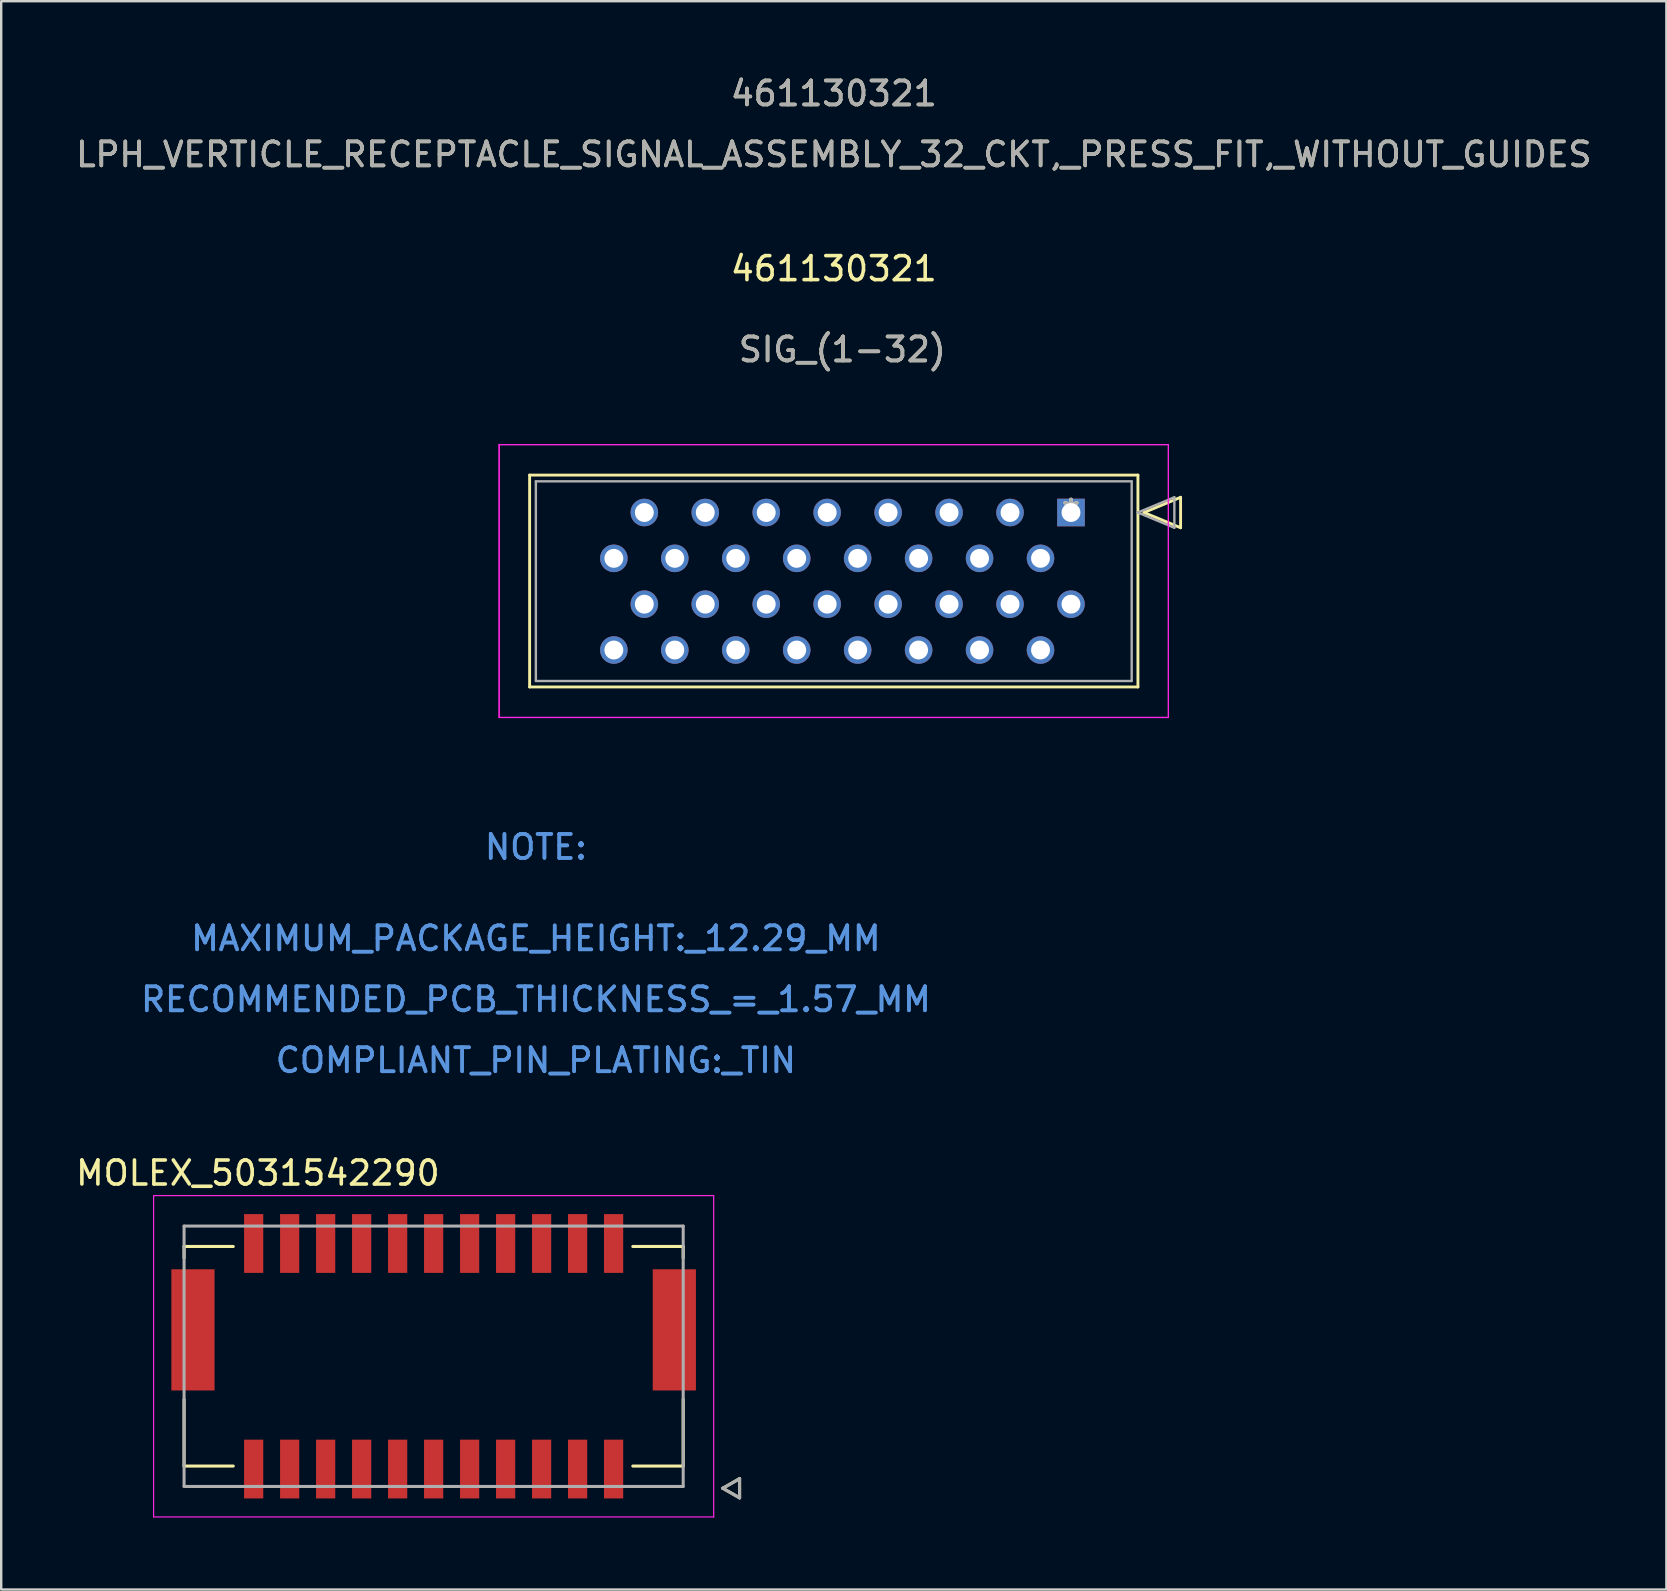
<source format=kicad_pcb>
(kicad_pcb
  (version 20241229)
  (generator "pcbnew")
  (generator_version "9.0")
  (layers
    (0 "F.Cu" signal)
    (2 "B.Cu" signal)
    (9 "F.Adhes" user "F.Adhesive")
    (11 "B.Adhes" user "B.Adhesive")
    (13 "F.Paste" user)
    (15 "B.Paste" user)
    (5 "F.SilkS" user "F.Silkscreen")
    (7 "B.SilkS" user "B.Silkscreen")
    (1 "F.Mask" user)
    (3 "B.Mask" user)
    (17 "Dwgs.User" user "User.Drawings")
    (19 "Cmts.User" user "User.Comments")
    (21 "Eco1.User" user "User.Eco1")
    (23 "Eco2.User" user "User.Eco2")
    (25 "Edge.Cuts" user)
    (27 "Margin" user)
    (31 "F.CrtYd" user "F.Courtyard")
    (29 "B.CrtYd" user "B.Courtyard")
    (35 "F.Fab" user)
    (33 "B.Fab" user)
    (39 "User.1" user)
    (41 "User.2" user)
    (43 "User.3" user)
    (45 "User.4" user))
  (footprint "MOLEX_5031542290"
    (layer "F.Cu")
    (at 15.021 53.47)
    (property "Reference" "MOLEX_5031542290" (at -7.325 -7.635 0) (layer "F.SilkS") (effects (font (size 1 1) (thickness 0.15))))
    (attr smd)
    (fp_poly (pts (xy -11.006 -3.701) (xy -9.054 -3.701) (xy -9.054 1.501) (xy -11.006 1.501)) (stroke (width 0.01) (type solid)) (fill yes) (layer "F.Mask"))
    (fp_poly (pts (xy -7.976 -6.001) (xy -7.024 -6.001) (xy -7.024 -3.399) (xy -7.976 -3.399)) (stroke (width 0.01) (type solid)) (fill yes) (layer "F.Mask"))
    (fp_poly (pts (xy -7.976 3.399) (xy -7.024 3.399) (xy -7.024 6.001) (xy -7.976 6.001)) (stroke (width 0.01) (type solid)) (fill yes) (layer "F.Mask"))
    (fp_poly (pts (xy -6.476 -6.001) (xy -5.524 -6.001) (xy -5.524 -3.399) (xy -6.476 -3.399)) (stroke (width 0.01) (type solid)) (fill yes) (layer "F.Mask"))
    (fp_poly (pts (xy -6.476 3.399) (xy -5.524 3.399) (xy -5.524 6.001) (xy -6.476 6.001)) (stroke (width 0.01) (type solid)) (fill yes) (layer "F.Mask"))
    (fp_poly (pts (xy -4.976 -6.001) (xy -4.024 -6.001) (xy -4.024 -3.399) (xy -4.976 -3.399)) (stroke (width 0.01) (type solid)) (fill yes) (layer "F.Mask"))
    (fp_poly (pts (xy -4.976 3.399) (xy -4.024 3.399) (xy -4.024 6.001) (xy -4.976 6.001)) (stroke (width 0.01) (type solid)) (fill yes) (layer "F.Mask"))
    (fp_poly (pts (xy -3.476 -6.001) (xy -2.524 -6.001) (xy -2.524 -3.399) (xy -3.476 -3.399)) (stroke (width 0.01) (type solid)) (fill yes) (layer "F.Mask"))
    (fp_poly (pts (xy -3.476 3.399) (xy -2.524 3.399) (xy -2.524 6.001) (xy -3.476 6.001)) (stroke (width 0.01) (type solid)) (fill yes) (layer "F.Mask"))
    (fp_poly (pts (xy -1.976 -6.001) (xy -1.024 -6.001) (xy -1.024 -3.399) (xy -1.976 -3.399)) (stroke (width 0.01) (type solid)) (fill yes) (layer "F.Mask"))
    (fp_poly (pts (xy -1.976 3.399) (xy -1.024 3.399) (xy -1.024 6.001) (xy -1.976 6.001)) (stroke (width 0.01) (type solid)) (fill yes) (layer "F.Mask"))
    (fp_poly (pts (xy -0.476 -6.001) (xy 0.476 -6.001) (xy 0.476 -3.399) (xy -0.476 -3.399)) (stroke (width 0.01) (type solid)) (fill yes) (layer "F.Mask"))
    (fp_poly (pts (xy -0.476 3.399) (xy 0.476 3.399) (xy 0.476 6.001) (xy -0.476 6.001)) (stroke (width 0.01) (type solid)) (fill yes) (layer "F.Mask"))
    (fp_poly (pts (xy 1.024 -6.001) (xy 1.976 -6.001) (xy 1.976 -3.399) (xy 1.024 -3.399)) (stroke (width 0.01) (type solid)) (fill yes) (layer "F.Mask"))
    (fp_poly (pts (xy 1.024 3.399) (xy 1.976 3.399) (xy 1.976 6.001) (xy 1.024 6.001)) (stroke (width 0.01) (type solid)) (fill yes) (layer "F.Mask"))
    (fp_poly (pts (xy 2.524 -6.001) (xy 3.476 -6.001) (xy 3.476 -3.399) (xy 2.524 -3.399)) (stroke (width 0.01) (type solid)) (fill yes) (layer "F.Mask"))
    (fp_poly (pts (xy 2.524 3.399) (xy 3.476 3.399) (xy 3.476 6.001) (xy 2.524 6.001)) (stroke (width 0.01) (type solid)) (fill yes) (layer "F.Mask"))
    (fp_poly (pts (xy 4.024 -6.001) (xy 4.976 -6.001) (xy 4.976 -3.399) (xy 4.024 -3.399)) (stroke (width 0.01) (type solid)) (fill yes) (layer "F.Mask"))
    (fp_poly (pts (xy 4.024 3.399) (xy 4.976 3.399) (xy 4.976 6.001) (xy 4.024 6.001)) (stroke (width 0.01) (type solid)) (fill yes) (layer "F.Mask"))
    (fp_poly (pts (xy 5.524 -6.001) (xy 6.476 -6.001) (xy 6.476 -3.399) (xy 5.524 -3.399)) (stroke (width 0.01) (type solid)) (fill yes) (layer "F.Mask"))
    (fp_poly (pts (xy 5.524 3.399) (xy 6.476 3.399) (xy 6.476 6.001) (xy 5.524 6.001)) (stroke (width 0.01) (type solid)) (fill yes) (layer "F.Mask"))
    (fp_poly (pts (xy 7.024 -6.001) (xy 7.976 -6.001) (xy 7.976 -3.399) (xy 7.024 -3.399)) (stroke (width 0.01) (type solid)) (fill yes) (layer "F.Mask"))
    (fp_poly (pts (xy 7.024 3.399) (xy 7.976 3.399) (xy 7.976 6.001) (xy 7.024 6.001)) (stroke (width 0.01) (type solid)) (fill yes) (layer "F.Mask"))
    (fp_poly (pts (xy 9.054 -3.701) (xy 11.006 -3.701) (xy 11.006 1.501) (xy 9.054 1.501)) (stroke (width 0.01) (type solid)) (fill yes) (layer "F.Mask"))
    (fp_line (start -10.4 -4.575) (end -10.4 -4.09) (stroke (width 0.127) (type solid)) (layer "F.SilkS"))
    (fp_line (start -10.4 4.575) (end -10.4 1.8) (stroke (width 0.127) (type solid)) (layer "F.SilkS"))
    (fp_line (start -8.35 -4.575) (end -10.4 -4.575) (stroke (width 0.127) (type solid)) (layer "F.SilkS"))
    (fp_line (start -8.35 4.575) (end -10.4 4.575) (stroke (width 0.127) (type solid)) (layer "F.SilkS"))
    (fp_line (start 10.4 -4.575) (end 8.3 -4.575) (stroke (width 0.127) (type solid)) (layer "F.SilkS"))
    (fp_line (start 10.4 -4.09) (end 10.4 -4.575) (stroke (width 0.127) (type solid)) (layer "F.SilkS"))
    (fp_line (start 10.4 1.8) (end 10.4 4.575) (stroke (width 0.127) (type solid)) (layer "F.SilkS"))
    (fp_line (start 10.4 4.575) (end 8.3 4.575) (stroke (width 0.127) (type solid)) (layer "F.SilkS"))
    (fp_line (start 12.05 5.5) (end 12.75 5.9) (stroke (width 0.127) (type solid)) (layer "F.SilkS"))
    (fp_line (start 12.75 5.1) (end 12.05 5.5) (stroke (width 0.127) (type solid)) (layer "F.SilkS"))
    (fp_line (start 12.75 5.9) (end 12.75 5.1) (stroke (width 0.127) (type solid)) (layer "F.SilkS"))
    (fp_line (start -11.67 -6.695) (end 11.67 -6.695) (stroke (width 0.05) (type solid)) (layer "F.CrtYd"))
    (fp_line (start -11.67 6.695) (end -11.67 -6.695) (stroke (width 0.05) (type solid)) (layer "F.CrtYd"))
    (fp_line (start -11.67 6.695) (end 11.67 6.695) (stroke (width 0.05) (type solid)) (layer "F.CrtYd"))
    (fp_line (start 11.67 -6.695) (end 11.67 6.695) (stroke (width 0.05) (type solid)) (layer "F.CrtYd"))
    (fp_line (start -10.4 -5.425) (end 10.4 -5.425) (stroke (width 0.127) (type solid)) (layer "F.Fab"))
    (fp_line (start -10.4 5.425) (end -10.4 -5.425) (stroke (width 0.127) (type solid)) (layer "F.Fab"))
    (fp_line (start 10.4 -5.425) (end 10.4 5.425) (stroke (width 0.127) (type solid)) (layer "F.Fab"))
    (fp_line (start 10.4 5.425) (end -10.4 5.425) (stroke (width 0.127) (type solid)) (layer "F.Fab"))
    (fp_line (start 12.05 5.5) (end 12.75 5.9) (stroke (width 0.127) (type solid)) (layer "F.Fab"))
    (fp_line (start 12.75 5.1) (end 12.05 5.5) (stroke (width 0.127) (type solid)) (layer "F.Fab"))
    (fp_line (start 12.75 5.9) (end 12.75 5.1) (stroke (width 0.127) (type solid)) (layer "F.Fab"))
    (pad "1" smd rect (at 7.5 4.7) (size 0.8 2.45) (layers "F.Cu" "F.Paste"))
    (pad "2" smd rect (at 7.5 -4.7) (size 0.8 2.45) (layers "F.Cu" "F.Paste"))
    (pad "3" smd rect (at 6 4.7) (size 0.8 2.45) (layers "F.Cu" "F.Paste"))
    (pad "4" smd rect (at 6 -4.7) (size 0.8 2.45) (layers "F.Cu" "F.Paste"))
    (pad "5" smd rect (at 4.5 4.7) (size 0.8 2.45) (layers "F.Cu" "F.Paste"))
    (pad "6" smd rect (at 4.5 -4.7) (size 0.8 2.45) (layers "F.Cu" "F.Paste"))
    (pad "7" smd rect (at 3 4.7) (size 0.8 2.45) (layers "F.Cu" "F.Paste"))
    (pad "8" smd rect (at 3 -4.7) (size 0.8 2.45) (layers "F.Cu" "F.Paste"))
    (pad "9" smd rect (at 1.5 4.7) (size 0.8 2.45) (layers "F.Cu" "F.Paste"))
    (pad "10" smd rect (at 1.5 -4.7) (size 0.8 2.45) (layers "F.Cu" "F.Paste"))
    (pad "11" smd rect (at 0 4.7) (size 0.8 2.45) (layers "F.Cu" "F.Paste"))
    (pad "12" smd rect (at 0 -4.7) (size 0.8 2.45) (layers "F.Cu" "F.Paste"))
    (pad "13" smd rect (at -1.5 4.7) (size 0.8 2.45) (layers "F.Cu" "F.Paste"))
    (pad "14" smd rect (at -1.5 -4.7) (size 0.8 2.45) (layers "F.Cu" "F.Paste"))
    (pad "15" smd rect (at -3 4.7) (size 0.8 2.45) (layers "F.Cu" "F.Paste"))
    (pad "16" smd rect (at -3 -4.7) (size 0.8 2.45) (layers "F.Cu" "F.Paste"))
    (pad "17" smd rect (at -4.5 4.7) (size 0.8 2.45) (layers "F.Cu" "F.Paste"))
    (pad "18" smd rect (at -4.5 -4.7) (size 0.8 2.45) (layers "F.Cu" "F.Paste"))
    (pad "19" smd rect (at -6 4.7) (size 0.8 2.45) (layers "F.Cu" "F.Paste"))
    (pad "20" smd rect (at -6 -4.7) (size 0.8 2.45) (layers "F.Cu" "F.Paste"))
    (pad "21" smd rect (at -7.5 4.7) (size 0.8 2.45) (layers "F.Cu" "F.Paste"))
    (pad "22" smd rect (at -7.5 -4.7) (size 0.8 2.45) (layers "F.Cu" "F.Paste"))
    (pad "S1" smd rect (at -10.03 -1.1) (size 1.8 5.05) (layers "F.Cu" "F.Paste"))
    (pad "S2" smd rect (at 10.03 -1.1) (size 1.8 5.05) (layers "F.Cu" "F.Paste"))
    (zone (net_name "") (layer "F.Cu") (hatch full 0.508) (connect_pads) (min_thickness 0.01) (filled_areas_thickness no) (keepout (tracks not_allowed) (vias not_allowed) (pads not_allowed) (copperpour not_allowed) (footprints allowed)) (placement (enabled no)) (fill) (polygon (pts (xy 4.071 56.135) (xy 4.071 58.735) (xy 6.671 58.735) (xy 6.671 56.945) (xy 23.371 56.945) (xy 23.371 58.735) (xy 25.971 58.735) (xy 25.971 56.135) (xy 24.151 56.135) (xy 24.151 49.845) (xy 25.021 49.845) (xy 25.021 48.245) (xy 22.921 48.245) (xy 22.921 49.995) (xy 7.121 49.995) (xy 7.121 48.245) (xy 5.021 48.245) (xy 5.021 49.845) (xy 5.891 49.845) (xy 5.891 56.135))))
    (zone (net_name "") (layers "F.Cu" "B.Cu") (hatch full 0.508) (connect_pads) (min_thickness 0.01) (filled_areas_thickness no) (keepout (tracks allowed) (vias not_allowed) (pads allowed) (copperpour allowed) (footprints allowed)) (placement (enabled no)) (fill) (polygon (pts (xy 4.071 56.135) (xy 4.071 58.735) (xy 6.671 58.735) (xy 6.671 56.945) (xy 23.371 56.945) (xy 23.371 58.735) (xy 25.971 58.735) (xy 25.971 56.135) (xy 24.151 56.135) (xy 24.151 49.845) (xy 25.021 49.845) (xy 25.021 48.245) (xy 22.921 48.245) (xy 22.921 49.995) (xy 7.121 49.995) (xy 7.121 48.245) (xy 5.021 48.245) (xy 5.021 49.845) (xy 5.891 49.845) (xy 5.891 56.135)))))
  (footprint "461130321"
    (layer "F.Cu")
    (at 41.581 18.308)
    (property "Reference" "461130321" (at -9.885 -10.16 0) (layer "F.SilkS") (effects (font (size 1 1) (thickness 0.15))))
    (attr through_hole)
    (fp_line (start -22.56 -1.56) (end -22.56 7.27) (stroke (width 0.12) (type solid)) (layer "F.SilkS"))
    (fp_line (start -22.56 7.27) (end 2.79 7.27) (stroke (width 0.12) (type solid)) (layer "F.SilkS"))
    (fp_line (start 2.79 -1.56) (end -22.56 -1.56) (stroke (width 0.12) (type solid)) (layer "F.SilkS"))
    (fp_line (start 2.79 7.27) (end 2.79 -1.56) (stroke (width 0.12) (type solid)) (layer "F.SilkS"))
    (fp_line (start 3.044 0) (end 4.568 -0.635) (stroke (width 0.12) (type solid)) (layer "F.SilkS"))
    (fp_line (start 4.568 -0.635) (end 4.568 0.635) (stroke (width 0.12) (type solid)) (layer "F.SilkS"))
    (fp_line (start 4.568 0.635) (end 3.044 0) (stroke (width 0.12) (type solid)) (layer "F.SilkS"))
    (fp_line (start -23.83 -2.83) (end -23.83 8.54) (stroke (width 0.05) (type solid)) (layer "F.CrtYd"))
    (fp_line (start -23.83 -2.83) (end -23.83 8.54) (stroke (width 0.05) (type solid)) (layer "F.CrtYd"))
    (fp_line (start -23.83 8.54) (end 4.06 8.54) (stroke (width 0.05) (type solid)) (layer "F.CrtYd"))
    (fp_line (start -23.83 8.54) (end 4.06 8.54) (stroke (width 0.05) (type solid)) (layer "F.CrtYd"))
    (fp_line (start 4.06 -2.83) (end -23.83 -2.83) (stroke (width 0.05) (type solid)) (layer "F.CrtYd"))
    (fp_line (start 4.06 -2.83) (end -23.83 -2.83) (stroke (width 0.05) (type solid)) (layer "F.CrtYd"))
    (fp_line (start 4.06 8.54) (end 4.06 -2.83) (stroke (width 0.05) (type solid)) (layer "F.CrtYd"))
    (fp_line (start 4.06 8.54) (end 4.06 -2.83) (stroke (width 0.05) (type solid)) (layer "F.CrtYd"))
    (fp_line (start -22.3 -1.3) (end -22.3 7.02) (stroke (width 0.1) (type solid)) (layer "F.Fab"))
    (fp_line (start -22.3 7.02) (end 2.53 7.02) (stroke (width 0.1) (type solid)) (layer "F.Fab"))
    (fp_line (start 2.53 -1.3) (end -22.3 -1.3) (stroke (width 0.1) (type solid)) (layer "F.Fab"))
    (fp_line (start 2.53 7.02) (end 2.53 -1.3) (stroke (width 0.1) (type solid)) (layer "F.Fab"))
    (fp_line (start 2.784 0) (end 4.308 -0.635) (stroke (width 0.1) (type solid)) (layer "F.Fab"))
    (fp_line (start 4.308 -0.635) (end 4.308 0.635) (stroke (width 0.1) (type solid)) (layer "F.Fab"))
    (fp_line (start 4.308 0.635) (end 2.784 0) (stroke (width 0.1) (type solid)) (layer "F.Fab"))
    (fp_text user "*" (at 0 0 0) (layer "F.SilkS") (effects (font (size 1 1) (thickness 0.15))))
    (fp_text user "461130321" (at -9.885 -17.46 0) (layer "F.SilkS") (effects (font (size 1 1) (thickness 0.15))))
    (fp_text user "SIG_(1-32)" (at -9.525 -6.792 0) (layer "F.SilkS") (effects (font (size 1 1) (thickness 0.15))))
    (fp_text user "LPH_VERTICLE_RECEPTACLE_SIGNAL_ASSEMBLY_32_CKT,_PRESS_FIT,_WITHOUT_GUIDES" (at -9.885 -14.92 0) (layer "F.SilkS") (effects (font (size 1 1) (thickness 0.15))))
    (fp_text user "COMPLIANT_PIN_PLATING:_TIN" (at -22.3 22.83 0) (layer "Cmts.User") (effects (font (size 1 1) (thickness 0.15))))
    (fp_text user "Copyright 2021 Accelerated Designs. All rights reserved." (at 0 0 0) (layer "Cmts.User") (effects (font (size 0.127 0.127) (thickness 0.002))))
    (fp_text user "NOTE:" (at -22.3 13.94 0) (layer "Cmts.User") (effects (font (size 1 1) (thickness 0.15))))
    (fp_text user "RECOMMENDED_PCB_THICKNESS_=_1.57_MM" (at -22.3 20.29 0) (layer "Cmts.User") (effects (font (size 1 1) (thickness 0.15))))
    (fp_text user "RECOMMENDED_PCB_THICKNESS_=_1.57_MM" (at -22.3 20.29 0) (layer "Cmts.User") (effects (font (size 1 1) (thickness 0.15))))
    (fp_text user "COMPLIANT_PIN_PLATING:_TIN" (at -22.3 22.83 0) (layer "Cmts.User") (effects (font (size 1 1) (thickness 0.15))))
    (fp_text user "MAXIMUM_PACKAGE_HEIGHT:_12.29_MM" (at -22.3 17.75 0) (layer "Cmts.User") (effects (font (size 1 1) (thickness 0.15))))
    (fp_text user "NOTE:" (at -22.3 13.94 0) (layer "Cmts.User") (effects (font (size 1 1) (thickness 0.15))))
    (fp_text user "MAXIMUM_PACKAGE_HEIGHT:_12.29_MM" (at -22.3 17.75 0) (layer "Cmts.User") (effects (font (size 1 1) (thickness 0.15))))
    (fp_text user "SIG_(1-32)" (at -9.525 -6.792 0) (layer "F.Fab") (effects (font (size 1 1) (thickness 0.15))))
    (fp_text user "*" (at 0 0 0) (layer "F.Fab") (effects (font (size 1 1) (thickness 0.15))))
    (fp_text user "LPH_VERTICLE_RECEPTACLE_SIGNAL_ASSEMBLY_32_CKT,_PRESS_FIT,_WITHOUT_GUIDES" (at -9.885 -14.92 0) (layer "F.Fab") (effects (font (size 1 1) (thickness 0.15))))
    (fp_text user "461130321" (at -9.885 -17.46 0) (layer "F.Fab") (effects (font (size 1 1) (thickness 0.15))))
    (pad "1" thru_hole rect (at 0 0 90) (size 1.15 1.15) (drill 0.787) (layers "*.Cu" "*.Mask"))
    (pad "2" thru_hole circle (at -1.27 1.91 90) (size 1.15 1.15) (drill 0.787) (layers "*.Cu" "*.Mask"))
    (pad "3" thru_hole circle (at -2.54 0 90) (size 1.15 1.15) (drill 0.787) (layers "*.Cu" "*.Mask"))
    (pad "4" thru_hole circle (at -3.81 1.91 90) (size 1.15 1.15) (drill 0.787) (layers "*.Cu" "*.Mask"))
    (pad "5" thru_hole circle (at -5.08 0 90) (size 1.15 1.15) (drill 0.787) (layers "*.Cu" "*.Mask"))
    (pad "6" thru_hole circle (at -6.35 1.91 90) (size 1.15 1.15) (drill 0.787) (layers "*.Cu" "*.Mask"))
    (pad "7" thru_hole circle (at -7.62 0 90) (size 1.15 1.15) (drill 0.787) (layers "*.Cu" "*.Mask"))
    (pad "8" thru_hole circle (at -8.89 1.91 90) (size 1.15 1.15) (drill 0.787) (layers "*.Cu" "*.Mask"))
    (pad "9" thru_hole circle (at -10.16 0 90) (size 1.15 1.15) (drill 0.787) (layers "*.Cu" "*.Mask"))
    (pad "10" thru_hole circle (at -11.43 1.91 90) (size 1.15 1.15) (drill 0.787) (layers "*.Cu" "*.Mask"))
    (pad "11" thru_hole circle (at -12.7 0 90) (size 1.15 1.15) (drill 0.787) (layers "*.Cu" "*.Mask"))
    (pad "12" thru_hole circle (at -13.97 1.91 90) (size 1.15 1.15) (drill 0.787) (layers "*.Cu" "*.Mask"))
    (pad "13" thru_hole circle (at -15.24 0 90) (size 1.15 1.15) (drill 0.787) (layers "*.Cu" "*.Mask"))
    (pad "14" thru_hole circle (at -16.51 1.91 90) (size 1.15 1.15) (drill 0.787) (layers "*.Cu" "*.Mask"))
    (pad "15" thru_hole circle (at -17.78 0 90) (size 1.15 1.15) (drill 0.787) (layers "*.Cu" "*.Mask"))
    (pad "16" thru_hole circle (at -19.05 1.91 90) (size 1.15 1.15) (drill 0.787) (layers "*.Cu" "*.Mask"))
    (pad "17" thru_hole circle (at 0 3.82 90) (size 1.15 1.15) (drill 0.787) (layers "*.Cu" "*.Mask"))
    (pad "18" thru_hole circle (at -1.27 5.73 90) (size 1.15 1.15) (drill 0.787) (layers "*.Cu" "*.Mask"))
    (pad "19" thru_hole circle (at -2.54 3.82 90) (size 1.15 1.15) (drill 0.787) (layers "*.Cu" "*.Mask"))
    (pad "20" thru_hole circle (at -3.81 5.73 90) (size 1.15 1.15) (drill 0.787) (layers "*.Cu" "*.Mask"))
    (pad "21" thru_hole circle (at -5.08 3.82 90) (size 1.15 1.15) (drill 0.787) (layers "*.Cu" "*.Mask"))
    (pad "22" thru_hole circle (at -6.35 5.73 90) (size 1.15 1.15) (drill 0.787) (layers "*.Cu" "*.Mask"))
    (pad "23" thru_hole circle (at -7.62 3.82 90) (size 1.15 1.15) (drill 0.787) (layers "*.Cu" "*.Mask"))
    (pad "24" thru_hole circle (at -8.89 5.73 90) (size 1.15 1.15) (drill 0.787) (layers "*.Cu" "*.Mask"))
    (pad "25" thru_hole circle (at -10.16 3.82 90) (size 1.15 1.15) (drill 0.787) (layers "*.Cu" "*.Mask"))
    (pad "26" thru_hole circle (at -11.43 5.73 90) (size 1.15 1.15) (drill 0.787) (layers "*.Cu" "*.Mask"))
    (pad "27" thru_hole circle (at -12.7 3.82 90) (size 1.15 1.15) (drill 0.787) (layers "*.Cu" "*.Mask"))
    (pad "28" thru_hole circle (at -13.97 5.73 90) (size 1.15 1.15) (drill 0.787) (layers "*.Cu" "*.Mask"))
    (pad "29" thru_hole circle (at -15.24 3.82 90) (size 1.15 1.15) (drill 0.787) (layers "*.Cu" "*.Mask"))
    (pad "30" thru_hole circle (at -16.51 5.73 90) (size 1.15 1.15) (drill 0.787) (layers "*.Cu" "*.Mask"))
    (pad "31" thru_hole circle (at -17.78 3.82 90) (size 1.15 1.15) (drill 0.787) (layers "*.Cu" "*.Mask"))
    (pad "32" thru_hole circle (at -19.05 5.73 90) (size 1.15 1.15) (drill 0.787) (layers "*.Cu" "*.Mask")))
  (gr_rect
    (start -3 -3)
    (end 66.393 63.19)
    (stroke (width 0.1) (type default))
    (fill no)
    (layer "Edge.Cuts")))
</source>
